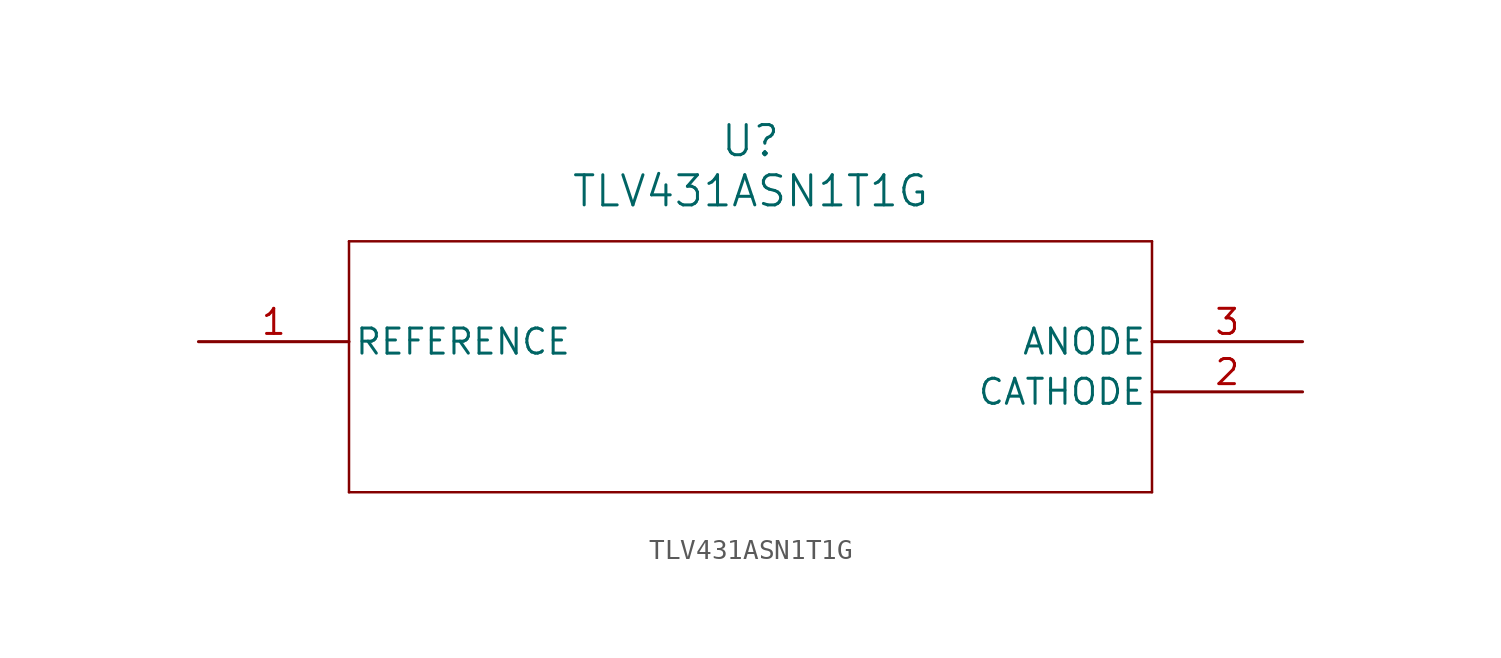
<source format=kicad_sym>
(kicad_symbol_lib
  (version 20211014)
  (generator kicad_symbol_editor)
  (symbol "TLV431ASN1T1G"
    (pin_names
      (offset 0.254))
    (property "Reference" "U"
      (at 27.94 10.16 0)
      (effects (font (size 1.524 1.524))))
    (property "Value" "TLV431ASN1T1G"
      (at 27.94 7.62 0)
      (effects (font (size 1.524 1.524))))
    (symbol "TLV431ASN1T1G_0_1"
      (polyline (pts (xy 7.62 5.08) (xy 7.62 -7.62)) (stroke (width 0.127) (type default) (color 0 0 0 0)) (fill (type none)))
      (polyline (pts (xy 7.62 -7.62) (xy 48.26 -7.62)) (stroke (width 0.127) (type default) (color 0 0 0 0)) (fill (type none)))
      (polyline (pts (xy 48.26 -7.62) (xy 48.26 5.08)) (stroke (width 0.127) (type default) (color 0 0 0 0)) (fill (type none)))
      (polyline (pts (xy 48.26 5.08) (xy 7.62 5.08)) (stroke (width 0.127) (type default) (color 0 0 0 0)) (fill (type none)))
      (pin unspecified line (at 0 0 0) (length 7.62) (name "REFERENCE" (effects (font (size 1.27 1.27)))) (number "1" (effects (font (size 1.27 1.27)))))
      (pin unspecified line (at 55.88 -2.54 180) (length 7.62) (name "CATHODE" (effects (font (size 1.27 1.27)))) (number "2" (effects (font (size 1.27 1.27)))))
      (pin unspecified line (at 55.88 0 180) (length 7.62) (name "ANODE" (effects (font (size 1.27 1.27)))) (number "3" (effects (font (size 1.27 1.27))))))))
</source>
